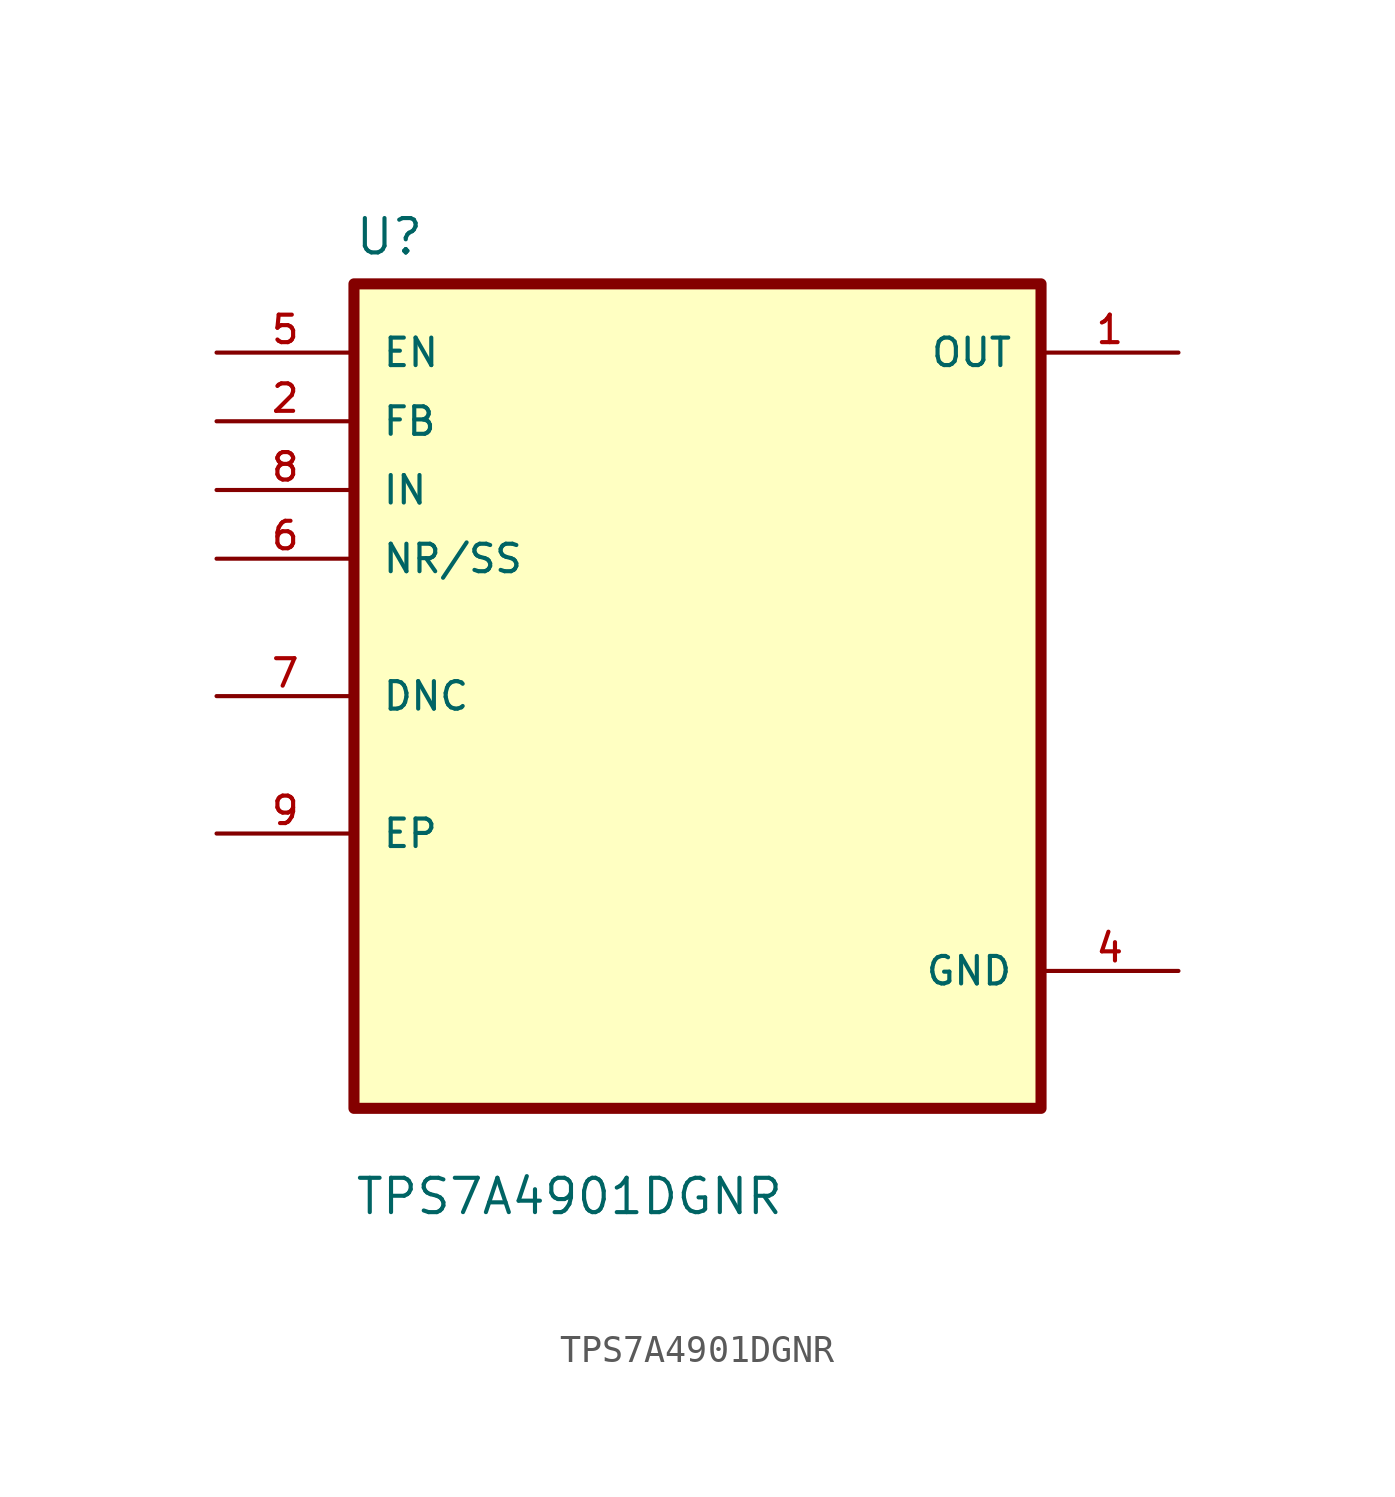
<source format=kicad_sym>
(kicad_symbol_lib
  (version 20211014)
  (generator kicad_symbol_editor)
  (symbol "TPS7A4901DGNR"
    (pin_names
      (offset 1.016))
    (property "Reference" "U"
      (at -12.7 16.24 0.0)
      (effects (font (size 1.27 1.27)) (justify bottom left)))
    (property "Value" "TPS7A4901DGNR"
      (at -12.7 -19.24 0.0)
      (effects (font (size 1.27 1.27)) (justify bottom left)))
    (symbol "TPS7A4901DGNR_0_0"
      (rectangle (start -12.7 -15.24) (end 12.7 15.24) (stroke (width 0.41)) (fill (type background)))
      (pin input line (at -17.78 12.7 0) (length 5.08) (name "EN" (effects (font (size 1.016 1.016)))) (number "5" (effects (font (size 1.016 1.016)))))
      (pin input line (at -17.78 10.16 0) (length 5.08) (name "FB" (effects (font (size 1.016 1.016)))) (number "2" (effects (font (size 1.016 1.016)))))
      (pin input line (at -17.78 7.62 0) (length 5.08) (name "IN" (effects (font (size 1.016 1.016)))) (number "8" (effects (font (size 1.016 1.016)))))
      (pin input line (at -17.78 5.08 0) (length 5.08) (name "NR/SS" (effects (font (size 1.016 1.016)))) (number "6" (effects (font (size 1.016 1.016)))))
      (pin bidirectional line (at -17.78 0.0 0) (length 5.08) (name "DNC" (effects (font (size 1.016 1.016)))) (number "7" (effects (font (size 1.016 1.016)))))
      (pin bidirectional line (at -17.78 -5.08 0) (length 5.08) (name "EP" (effects (font (size 1.016 1.016)))) (number "9" (effects (font (size 1.016 1.016)))))
      (pin output line (at 17.78 12.7 180.0) (length 5.08) (name "OUT" (effects (font (size 1.016 1.016)))) (number "1" (effects (font (size 1.016 1.016)))))
      (pin power_in line (at 17.78 -10.16 180.0) (length 5.08) (name "GND" (effects (font (size 1.016 1.016)))) (number "4" (effects (font (size 1.016 1.016))))))))
</source>
